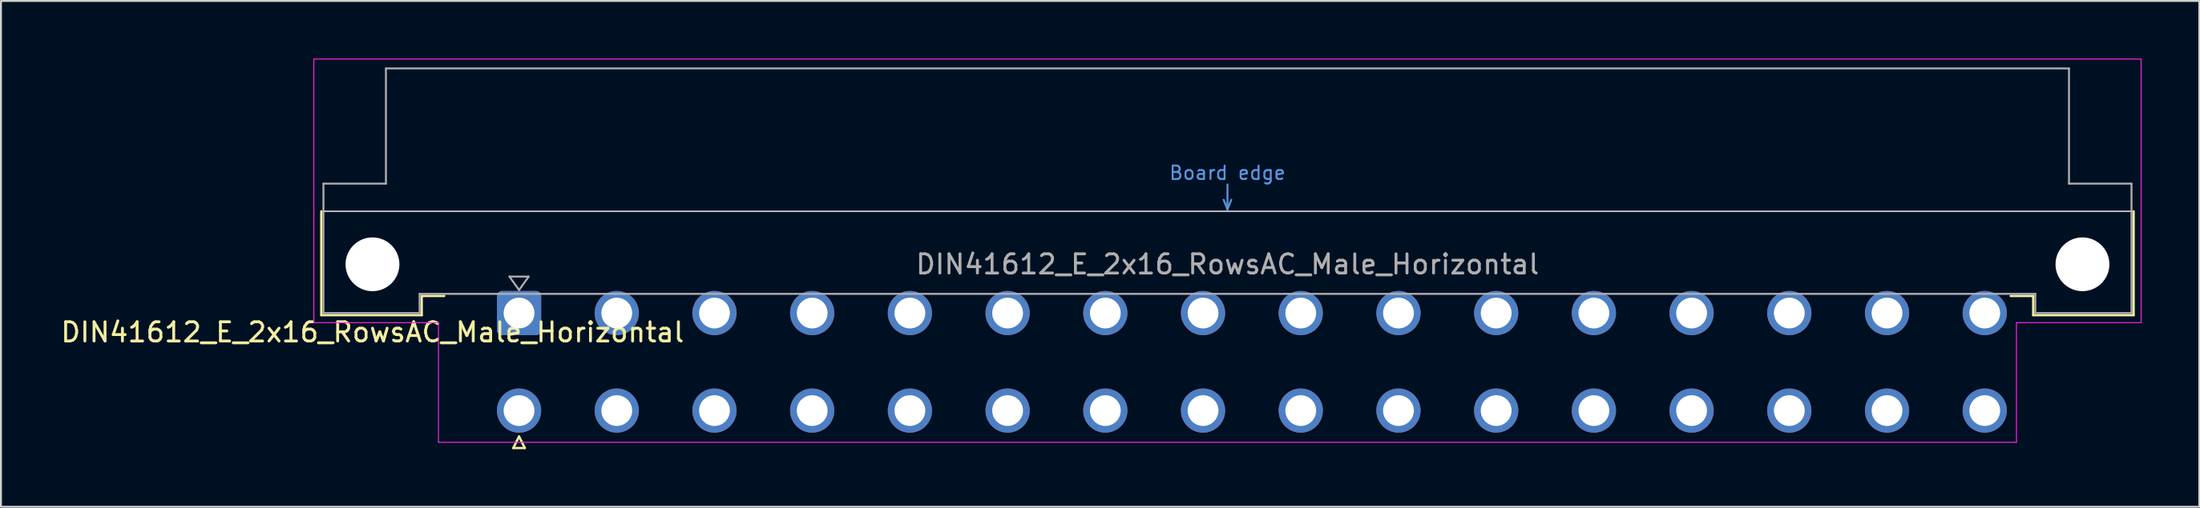
<source format=kicad_pcb>
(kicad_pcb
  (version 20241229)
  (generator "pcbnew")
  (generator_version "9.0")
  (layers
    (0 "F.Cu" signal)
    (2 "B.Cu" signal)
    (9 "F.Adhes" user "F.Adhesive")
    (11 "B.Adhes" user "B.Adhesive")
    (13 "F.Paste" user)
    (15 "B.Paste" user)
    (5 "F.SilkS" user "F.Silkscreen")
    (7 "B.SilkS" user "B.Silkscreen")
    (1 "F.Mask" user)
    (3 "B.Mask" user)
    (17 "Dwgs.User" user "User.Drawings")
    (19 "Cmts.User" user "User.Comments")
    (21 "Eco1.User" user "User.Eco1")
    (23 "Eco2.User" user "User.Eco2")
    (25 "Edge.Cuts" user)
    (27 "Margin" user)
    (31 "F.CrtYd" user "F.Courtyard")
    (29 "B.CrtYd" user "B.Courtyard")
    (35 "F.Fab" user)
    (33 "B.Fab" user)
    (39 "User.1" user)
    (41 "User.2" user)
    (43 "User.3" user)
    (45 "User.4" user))
  (footprint "DIN41612_E_2x16_RowsAC_Male_Horizontal"
    (layer "F.Cu")
    (at 21.395 13.255)
    (property "Reference" "DIN41612_E_2x16_RowsAC_Male_Horizontal" (at -5.08 1 0) (layer "F.SilkS") (effects (font (size 1 1) (thickness 0.15))))
    (attr through_hole)
    (fp_line (start -7.74 -5.3) (end -7.74 0.11) (stroke (width 0.12) (type solid)) (layer "F.SilkS"))
    (fp_line (start -7.74 0.11) (end -2.52 0.11) (stroke (width 0.12) (type solid)) (layer "F.SilkS"))
    (fp_line (start -2.52 -0.89) (end -1.35 -0.89) (stroke (width 0.12) (type solid)) (layer "F.SilkS"))
    (fp_line (start -2.52 0.11) (end -2.52 -0.89) (stroke (width 0.12) (type solid)) (layer "F.SilkS"))
    (fp_line (start 2.24 7.03) (end 2.84 7.03) (stroke (width 0.12) (type solid)) (layer "F.SilkS"))
    (fp_line (start 2.54 6.43) (end 2.24 7.03) (stroke (width 0.12) (type solid)) (layer "F.SilkS"))
    (fp_line (start 2.84 7.03) (end 2.54 6.43) (stroke (width 0.12) (type solid)) (layer "F.SilkS"))
    (fp_line (start 81.26 -0.89) (end 80.09 -0.89) (stroke (width 0.12) (type solid)) (layer "F.SilkS"))
    (fp_line (start 81.26 0.11) (end 81.26 -0.89) (stroke (width 0.12) (type solid)) (layer "F.SilkS"))
    (fp_line (start 86.48 -5.3) (end 86.48 0.11) (stroke (width 0.12) (type solid)) (layer "F.SilkS"))
    (fp_line (start 86.48 0.11) (end 81.26 0.11) (stroke (width 0.12) (type solid)) (layer "F.SilkS"))
    (fp_line (start -7.63 -5.3) (end 86.37 -5.3) (stroke (width 0.08) (type solid)) (layer "Dwgs.User"))
    (fp_line (start 39.17 -5.9) (end 39.37 -5.4) (stroke (width 0.1) (type solid)) (layer "Cmts.User"))
    (fp_line (start 39.37 -5.4) (end 39.37 -6.7) (stroke (width 0.1) (type solid)) (layer "Cmts.User"))
    (fp_line (start 39.37 -5.4) (end 39.57 -5.9) (stroke (width 0.1) (type solid)) (layer "Cmts.User"))
    (fp_line (start -8.13 -13.23) (end -8.13 0.5) (stroke (width 0.05) (type solid)) (layer "F.CrtYd"))
    (fp_line (start -8.13 0.5) (end -1.65 0.5) (stroke (width 0.05) (type solid)) (layer "F.CrtYd"))
    (fp_line (start -1.65 0.5) (end -1.65 6.73) (stroke (width 0.05) (type solid)) (layer "F.CrtYd"))
    (fp_line (start -1.65 6.73) (end 80.39 6.73) (stroke (width 0.05) (type solid)) (layer "F.CrtYd"))
    (fp_line (start 80.39 0.5) (end 86.87 0.5) (stroke (width 0.05) (type solid)) (layer "F.CrtYd"))
    (fp_line (start 80.39 6.73) (end 80.39 0.5) (stroke (width 0.05) (type solid)) (layer "F.CrtYd"))
    (fp_line (start 86.87 -13.23) (end -8.13 -13.23) (stroke (width 0.05) (type solid)) (layer "F.CrtYd"))
    (fp_line (start 86.87 0.5) (end 86.87 -13.23) (stroke (width 0.05) (type solid)) (layer "F.CrtYd"))
    (fp_line (start -7.63 -6.74) (end -7.63 0) (stroke (width 0.1) (type solid)) (layer "F.Fab"))
    (fp_line (start -7.63 0) (end -2.63 0) (stroke (width 0.1) (type solid)) (layer "F.Fab"))
    (fp_line (start -4.38 -12.74) (end -4.38 -6.74) (stroke (width 0.1) (type solid)) (layer "F.Fab"))
    (fp_line (start -4.38 -6.74) (end -7.63 -6.74) (stroke (width 0.1) (type solid)) (layer "F.Fab"))
    (fp_line (start -2.63 -1) (end 81.37 -1) (stroke (width 0.1) (type solid)) (layer "F.Fab"))
    (fp_line (start -2.63 0) (end -2.63 -1) (stroke (width 0.1) (type solid)) (layer "F.Fab"))
    (fp_line (start 2.04 -1.9) (end 3.04 -1.9) (stroke (width 0.1) (type solid)) (layer "F.Fab"))
    (fp_line (start 2.54 -1.2) (end 2.04 -1.9) (stroke (width 0.1) (type solid)) (layer "F.Fab"))
    (fp_line (start 3.04 -1.9) (end 2.54 -1.2) (stroke (width 0.1) (type solid)) (layer "F.Fab"))
    (fp_line (start 81.37 -1) (end 81.37 0) (stroke (width 0.1) (type solid)) (layer "F.Fab"))
    (fp_line (start 81.37 0) (end 86.37 0) (stroke (width 0.1) (type solid)) (layer "F.Fab"))
    (fp_line (start 83.12 -12.74) (end -4.38 -12.74) (stroke (width 0.1) (type solid)) (layer "F.Fab"))
    (fp_line (start 83.12 -6.74) (end 83.12 -12.74) (stroke (width 0.1) (type solid)) (layer "F.Fab"))
    (fp_line (start 86.37 -6.74) (end 83.12 -6.74) (stroke (width 0.1) (type solid)) (layer "F.Fab"))
    (fp_line (start 86.37 0) (end 86.37 -6.74) (stroke (width 0.1) (type solid)) (layer "F.Fab"))
    (fp_text user "Board edge" (at 39.37 -7.3 0) (layer "Cmts.User") (effects (font (size 0.7 0.7) (thickness 0.1))))
    (fp_text user "${REFERENCE}" (at 39.37 -2.54 0) (layer "F.Fab") (effects (font (size 1 1) (thickness 0.15))))
    (pad "" np_thru_hole circle (at -5.08 -2.54) (size 2.8 2.8) (drill 2.8) (layers "*.Cu" "*.Mask"))
    (pad "" np_thru_hole circle (at 83.82 -2.54) (size 2.8 2.8) (drill 2.8) (layers "*.Cu" "*.Mask"))
    (pad "a2" thru_hole roundrect (at 2.54 0) (size 2.3 2.3) (drill 1.6) (layers "*.Cu" "*.Mask") (roundrect_rratio 0.109))
    (pad "a4" thru_hole circle (at 7.62 0) (size 2.3 2.3) (drill 1.6) (layers "*.Cu" "*.Mask"))
    (pad "a6" thru_hole circle (at 12.7 0) (size 2.3 2.3) (drill 1.6) (layers "*.Cu" "*.Mask"))
    (pad "a8" thru_hole circle (at 17.78 0) (size 2.3 2.3) (drill 1.6) (layers "*.Cu" "*.Mask"))
    (pad "a10" thru_hole circle (at 22.86 0) (size 2.3 2.3) (drill 1.6) (layers "*.Cu" "*.Mask"))
    (pad "a12" thru_hole circle (at 27.94 0) (size 2.3 2.3) (drill 1.6) (layers "*.Cu" "*.Mask"))
    (pad "a14" thru_hole circle (at 33.02 0) (size 2.3 2.3) (drill 1.6) (layers "*.Cu" "*.Mask"))
    (pad "a16" thru_hole circle (at 38.1 0) (size 2.3 2.3) (drill 1.6) (layers "*.Cu" "*.Mask"))
    (pad "a18" thru_hole circle (at 43.18 0) (size 2.3 2.3) (drill 1.6) (layers "*.Cu" "*.Mask"))
    (pad "a20" thru_hole circle (at 48.26 0) (size 2.3 2.3) (drill 1.6) (layers "*.Cu" "*.Mask"))
    (pad "a22" thru_hole circle (at 53.34 0) (size 2.3 2.3) (drill 1.6) (layers "*.Cu" "*.Mask"))
    (pad "a24" thru_hole circle (at 58.42 0) (size 2.3 2.3) (drill 1.6) (layers "*.Cu" "*.Mask"))
    (pad "a26" thru_hole circle (at 63.5 0) (size 2.3 2.3) (drill 1.6) (layers "*.Cu" "*.Mask"))
    (pad "a28" thru_hole circle (at 68.58 0) (size 2.3 2.3) (drill 1.6) (layers "*.Cu" "*.Mask"))
    (pad "a30" thru_hole circle (at 73.66 0) (size 2.3 2.3) (drill 1.6) (layers "*.Cu" "*.Mask"))
    (pad "a32" thru_hole circle (at 78.74 0) (size 2.3 2.3) (drill 1.6) (layers "*.Cu" "*.Mask"))
    (pad "c2" thru_hole circle (at 2.54 5.08) (size 2.3 2.3) (drill 1.6) (layers "*.Cu" "*.Mask"))
    (pad "c4" thru_hole circle (at 7.62 5.08) (size 2.3 2.3) (drill 1.6) (layers "*.Cu" "*.Mask"))
    (pad "c6" thru_hole circle (at 12.7 5.08) (size 2.3 2.3) (drill 1.6) (layers "*.Cu" "*.Mask"))
    (pad "c8" thru_hole circle (at 17.78 5.08) (size 2.3 2.3) (drill 1.6) (layers "*.Cu" "*.Mask"))
    (pad "c10" thru_hole circle (at 22.86 5.08) (size 2.3 2.3) (drill 1.6) (layers "*.Cu" "*.Mask"))
    (pad "c12" thru_hole circle (at 27.94 5.08) (size 2.3 2.3) (drill 1.6) (layers "*.Cu" "*.Mask"))
    (pad "c14" thru_hole circle (at 33.02 5.08) (size 2.3 2.3) (drill 1.6) (layers "*.Cu" "*.Mask"))
    (pad "c16" thru_hole circle (at 38.1 5.08) (size 2.3 2.3) (drill 1.6) (layers "*.Cu" "*.Mask"))
    (pad "c18" thru_hole circle (at 43.18 5.08) (size 2.3 2.3) (drill 1.6) (layers "*.Cu" "*.Mask"))
    (pad "c20" thru_hole circle (at 48.26 5.08) (size 2.3 2.3) (drill 1.6) (layers "*.Cu" "*.Mask"))
    (pad "c22" thru_hole circle (at 53.34 5.08) (size 2.3 2.3) (drill 1.6) (layers "*.Cu" "*.Mask"))
    (pad "c24" thru_hole circle (at 58.42 5.08) (size 2.3 2.3) (drill 1.6) (layers "*.Cu" "*.Mask"))
    (pad "c26" thru_hole circle (at 63.5 5.08) (size 2.3 2.3) (drill 1.6) (layers "*.Cu" "*.Mask"))
    (pad "c28" thru_hole circle (at 68.58 5.08) (size 2.3 2.3) (drill 1.6) (layers "*.Cu" "*.Mask"))
    (pad "c30" thru_hole circle (at 73.66 5.08) (size 2.3 2.3) (drill 1.6) (layers "*.Cu" "*.Mask"))
    (pad "c32" thru_hole circle (at 78.74 5.08) (size 2.3 2.3) (drill 1.6) (layers "*.Cu" "*.Mask")))
  (gr_rect
    (start -3 -3)
    (end 111.29 23.345)
    (stroke (width 0.1) (type default))
    (fill no)
    (layer "Edge.Cuts")))
</source>
